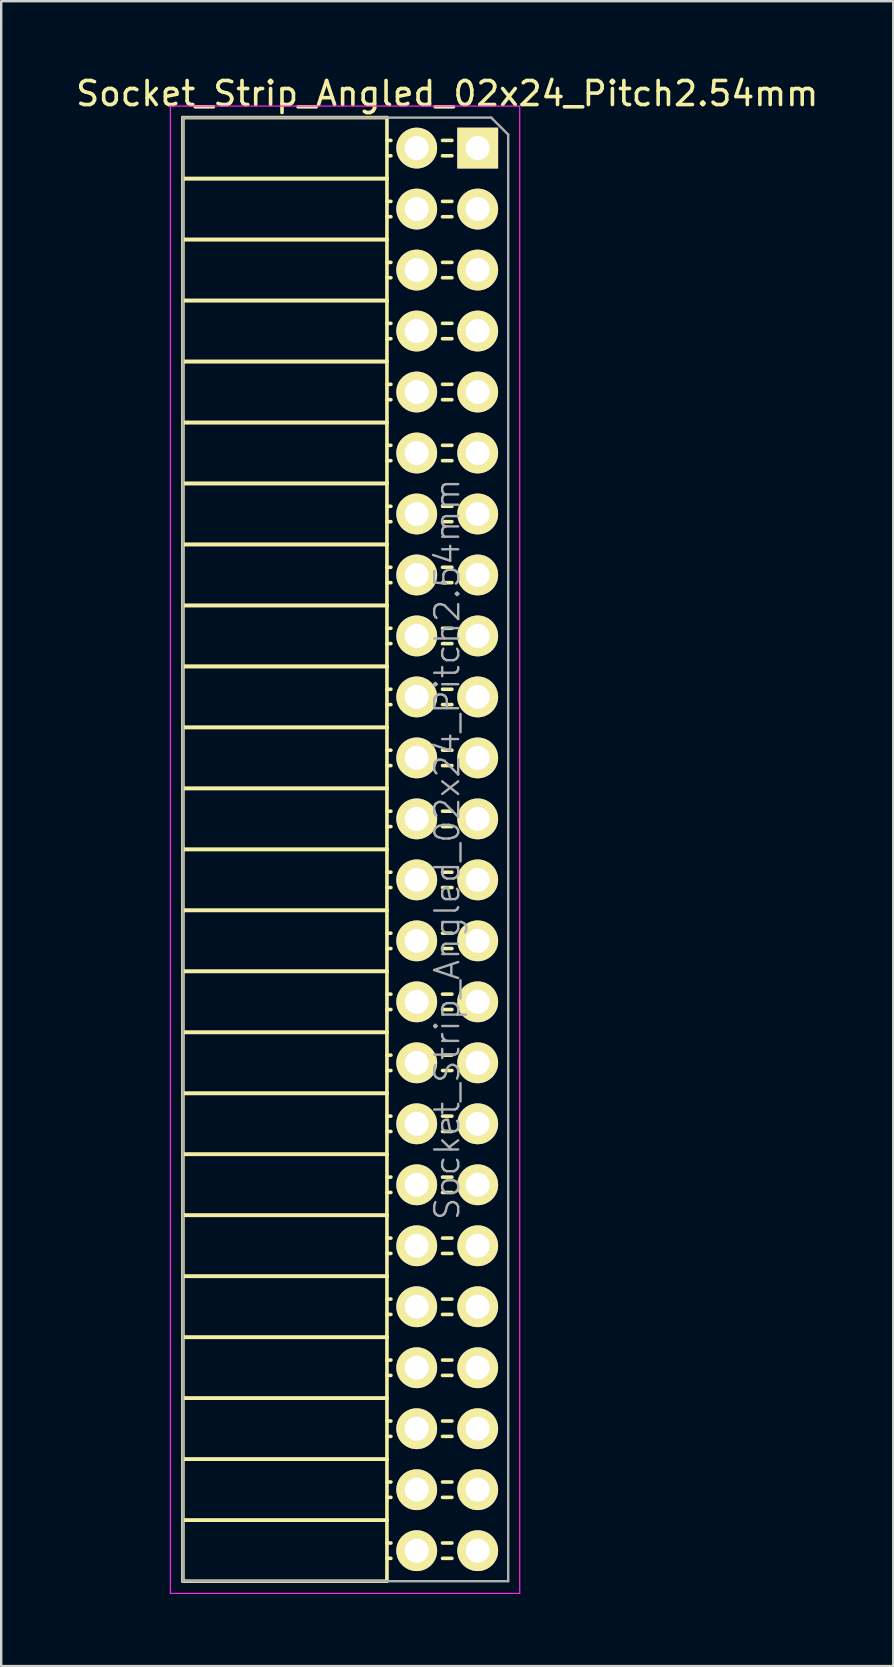
<source format=kicad_pcb>
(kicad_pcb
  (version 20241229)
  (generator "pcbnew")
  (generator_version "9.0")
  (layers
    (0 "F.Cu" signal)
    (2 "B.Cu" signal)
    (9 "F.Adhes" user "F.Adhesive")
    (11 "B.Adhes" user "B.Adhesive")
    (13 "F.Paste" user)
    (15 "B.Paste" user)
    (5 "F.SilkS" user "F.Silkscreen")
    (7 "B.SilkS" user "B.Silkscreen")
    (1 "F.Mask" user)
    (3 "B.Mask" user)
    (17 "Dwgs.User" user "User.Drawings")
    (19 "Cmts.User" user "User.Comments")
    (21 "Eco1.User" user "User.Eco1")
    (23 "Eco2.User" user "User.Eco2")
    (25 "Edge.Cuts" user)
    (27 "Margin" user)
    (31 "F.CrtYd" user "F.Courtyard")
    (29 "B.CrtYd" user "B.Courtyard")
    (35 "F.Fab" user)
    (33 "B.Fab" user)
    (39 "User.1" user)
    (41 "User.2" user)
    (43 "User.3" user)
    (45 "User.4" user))
  (footprint "Socket_Strip_Angled_02x24_Pitch2.54mm"
    (layer "F.Cu")
    (at 16.847 3.118)
    (property "Reference" "Socket_Strip_Angled_02x24_Pitch2.54mm" (at -1.27 -2.27 0) (layer "F.SilkS") (effects (font (size 1 1) (thickness 0.15))))
    (attr smd)
    (fp_line (start -12.28 -1.27) (end -12.28 1.27) (stroke (width 0.15) (type solid)) (layer "F.SilkS"))
    (fp_line (start -12.28 -1.27) (end -3.78 -1.27) (stroke (width 0.15) (type solid)) (layer "F.SilkS"))
    (fp_line (start -12.28 1.27) (end -12.28 3.81) (stroke (width 0.15) (type solid)) (layer "F.SilkS"))
    (fp_line (start -12.28 1.27) (end -3.78 1.27) (stroke (width 0.15) (type solid)) (layer "F.SilkS"))
    (fp_line (start -12.28 1.27) (end -3.78 1.27) (stroke (width 0.15) (type solid)) (layer "F.SilkS"))
    (fp_line (start -12.28 3.81) (end -12.28 6.35) (stroke (width 0.15) (type solid)) (layer "F.SilkS"))
    (fp_line (start -12.28 3.81) (end -3.78 3.81) (stroke (width 0.15) (type solid)) (layer "F.SilkS"))
    (fp_line (start -12.28 3.81) (end -3.78 3.81) (stroke (width 0.15) (type solid)) (layer "F.SilkS"))
    (fp_line (start -12.28 6.35) (end -12.28 8.89) (stroke (width 0.15) (type solid)) (layer "F.SilkS"))
    (fp_line (start -12.28 6.35) (end -3.78 6.35) (stroke (width 0.15) (type solid)) (layer "F.SilkS"))
    (fp_line (start -12.28 6.35) (end -3.78 6.35) (stroke (width 0.15) (type solid)) (layer "F.SilkS"))
    (fp_line (start -12.28 8.89) (end -12.28 11.43) (stroke (width 0.15) (type solid)) (layer "F.SilkS"))
    (fp_line (start -12.28 8.89) (end -3.78 8.89) (stroke (width 0.15) (type solid)) (layer "F.SilkS"))
    (fp_line (start -12.28 8.89) (end -3.78 8.89) (stroke (width 0.15) (type solid)) (layer "F.SilkS"))
    (fp_line (start -12.28 11.43) (end -12.28 13.97) (stroke (width 0.15) (type solid)) (layer "F.SilkS"))
    (fp_line (start -12.28 11.43) (end -3.78 11.43) (stroke (width 0.15) (type solid)) (layer "F.SilkS"))
    (fp_line (start -12.28 11.43) (end -3.78 11.43) (stroke (width 0.15) (type solid)) (layer "F.SilkS"))
    (fp_line (start -12.28 13.97) (end -12.28 16.51) (stroke (width 0.15) (type solid)) (layer "F.SilkS"))
    (fp_line (start -12.28 13.97) (end -3.78 13.97) (stroke (width 0.15) (type solid)) (layer "F.SilkS"))
    (fp_line (start -12.28 13.97) (end -3.78 13.97) (stroke (width 0.15) (type solid)) (layer "F.SilkS"))
    (fp_line (start -12.28 16.51) (end -12.28 19.05) (stroke (width 0.15) (type solid)) (layer "F.SilkS"))
    (fp_line (start -12.28 16.51) (end -3.78 16.51) (stroke (width 0.15) (type solid)) (layer "F.SilkS"))
    (fp_line (start -12.28 16.51) (end -3.78 16.51) (stroke (width 0.15) (type solid)) (layer "F.SilkS"))
    (fp_line (start -12.28 19.05) (end -12.28 21.59) (stroke (width 0.15) (type solid)) (layer "F.SilkS"))
    (fp_line (start -12.28 19.05) (end -3.78 19.05) (stroke (width 0.15) (type solid)) (layer "F.SilkS"))
    (fp_line (start -12.28 19.05) (end -3.78 19.05) (stroke (width 0.15) (type solid)) (layer "F.SilkS"))
    (fp_line (start -12.28 21.59) (end -12.28 24.13) (stroke (width 0.15) (type solid)) (layer "F.SilkS"))
    (fp_line (start -12.28 21.59) (end -3.78 21.59) (stroke (width 0.15) (type solid)) (layer "F.SilkS"))
    (fp_line (start -12.28 21.59) (end -3.78 21.59) (stroke (width 0.15) (type solid)) (layer "F.SilkS"))
    (fp_line (start -12.28 24.13) (end -12.28 26.67) (stroke (width 0.15) (type solid)) (layer "F.SilkS"))
    (fp_line (start -12.28 24.13) (end -3.78 24.13) (stroke (width 0.15) (type solid)) (layer "F.SilkS"))
    (fp_line (start -12.28 24.13) (end -3.78 24.13) (stroke (width 0.15) (type solid)) (layer "F.SilkS"))
    (fp_line (start -12.28 26.67) (end -12.28 29.21) (stroke (width 0.15) (type solid)) (layer "F.SilkS"))
    (fp_line (start -12.28 26.67) (end -3.78 26.67) (stroke (width 0.15) (type solid)) (layer "F.SilkS"))
    (fp_line (start -12.28 26.67) (end -3.78 26.67) (stroke (width 0.15) (type solid)) (layer "F.SilkS"))
    (fp_line (start -12.28 29.21) (end -12.28 31.75) (stroke (width 0.15) (type solid)) (layer "F.SilkS"))
    (fp_line (start -12.28 29.21) (end -3.78 29.21) (stroke (width 0.15) (type solid)) (layer "F.SilkS"))
    (fp_line (start -12.28 29.21) (end -3.78 29.21) (stroke (width 0.15) (type solid)) (layer "F.SilkS"))
    (fp_line (start -12.28 31.75) (end -12.28 34.29) (stroke (width 0.15) (type solid)) (layer "F.SilkS"))
    (fp_line (start -12.28 31.75) (end -3.78 31.75) (stroke (width 0.15) (type solid)) (layer "F.SilkS"))
    (fp_line (start -12.28 31.75) (end -3.78 31.75) (stroke (width 0.15) (type solid)) (layer "F.SilkS"))
    (fp_line (start -12.28 34.29) (end -12.28 36.83) (stroke (width 0.15) (type solid)) (layer "F.SilkS"))
    (fp_line (start -12.28 34.29) (end -3.78 34.29) (stroke (width 0.15) (type solid)) (layer "F.SilkS"))
    (fp_line (start -12.28 34.29) (end -3.78 34.29) (stroke (width 0.15) (type solid)) (layer "F.SilkS"))
    (fp_line (start -12.28 36.83) (end -12.28 39.37) (stroke (width 0.15) (type solid)) (layer "F.SilkS"))
    (fp_line (start -12.28 36.83) (end -3.78 36.83) (stroke (width 0.15) (type solid)) (layer "F.SilkS"))
    (fp_line (start -12.28 36.83) (end -3.78 36.83) (stroke (width 0.15) (type solid)) (layer "F.SilkS"))
    (fp_line (start -12.28 39.37) (end -12.28 41.91) (stroke (width 0.15) (type solid)) (layer "F.SilkS"))
    (fp_line (start -12.28 39.37) (end -3.78 39.37) (stroke (width 0.15) (type solid)) (layer "F.SilkS"))
    (fp_line (start -12.28 39.37) (end -3.78 39.37) (stroke (width 0.15) (type solid)) (layer "F.SilkS"))
    (fp_line (start -12.28 41.91) (end -12.28 44.45) (stroke (width 0.15) (type solid)) (layer "F.SilkS"))
    (fp_line (start -12.28 41.91) (end -3.78 41.91) (stroke (width 0.15) (type solid)) (layer "F.SilkS"))
    (fp_line (start -12.28 41.91) (end -3.78 41.91) (stroke (width 0.15) (type solid)) (layer "F.SilkS"))
    (fp_line (start -12.28 44.45) (end -12.28 46.99) (stroke (width 0.15) (type solid)) (layer "F.SilkS"))
    (fp_line (start -12.28 44.45) (end -3.78 44.45) (stroke (width 0.15) (type solid)) (layer "F.SilkS"))
    (fp_line (start -12.28 44.45) (end -3.78 44.45) (stroke (width 0.15) (type solid)) (layer "F.SilkS"))
    (fp_line (start -12.28 46.99) (end -12.28 49.53) (stroke (width 0.15) (type solid)) (layer "F.SilkS"))
    (fp_line (start -12.28 46.99) (end -3.78 46.99) (stroke (width 0.15) (type solid)) (layer "F.SilkS"))
    (fp_line (start -12.28 46.99) (end -3.78 46.99) (stroke (width 0.15) (type solid)) (layer "F.SilkS"))
    (fp_line (start -12.28 49.53) (end -12.28 52.07) (stroke (width 0.15) (type solid)) (layer "F.SilkS"))
    (fp_line (start -12.28 49.53) (end -3.78 49.53) (stroke (width 0.15) (type solid)) (layer "F.SilkS"))
    (fp_line (start -12.28 49.53) (end -3.78 49.53) (stroke (width 0.15) (type solid)) (layer "F.SilkS"))
    (fp_line (start -12.28 52.07) (end -12.28 54.61) (stroke (width 0.15) (type solid)) (layer "F.SilkS"))
    (fp_line (start -12.28 52.07) (end -3.78 52.07) (stroke (width 0.15) (type solid)) (layer "F.SilkS"))
    (fp_line (start -12.28 52.07) (end -3.78 52.07) (stroke (width 0.15) (type solid)) (layer "F.SilkS"))
    (fp_line (start -12.28 54.61) (end -12.28 57.15) (stroke (width 0.15) (type solid)) (layer "F.SilkS"))
    (fp_line (start -12.28 54.61) (end -3.78 54.61) (stroke (width 0.15) (type solid)) (layer "F.SilkS"))
    (fp_line (start -12.28 54.61) (end -3.78 54.61) (stroke (width 0.15) (type solid)) (layer "F.SilkS"))
    (fp_line (start -12.28 57.15) (end -12.28 59.69) (stroke (width 0.15) (type solid)) (layer "F.SilkS"))
    (fp_line (start -12.28 57.15) (end -3.78 57.15) (stroke (width 0.15) (type solid)) (layer "F.SilkS"))
    (fp_line (start -12.28 57.15) (end -3.78 57.15) (stroke (width 0.15) (type solid)) (layer "F.SilkS"))
    (fp_line (start -12.28 59.69) (end -3.78 59.69) (stroke (width 0.15) (type solid)) (layer "F.SilkS"))
    (fp_line (start -3.78 -1.27) (end -3.78 1.27) (stroke (width 0.15) (type solid)) (layer "F.SilkS"))
    (fp_line (start -3.78 -0.32) (end -3.615 -0.32) (stroke (width 0.15) (type solid)) (layer "F.SilkS"))
    (fp_line (start -3.78 0.32) (end -3.615 0.32) (stroke (width 0.15) (type solid)) (layer "F.SilkS"))
    (fp_line (start -3.78 1.27) (end -3.78 3.81) (stroke (width 0.15) (type solid)) (layer "F.SilkS"))
    (fp_line (start -3.78 2.22) (end -3.615 2.22) (stroke (width 0.15) (type solid)) (layer "F.SilkS"))
    (fp_line (start -3.78 2.86) (end -3.615 2.86) (stroke (width 0.15) (type solid)) (layer "F.SilkS"))
    (fp_line (start -3.78 3.81) (end -3.78 6.35) (stroke (width 0.15) (type solid)) (layer "F.SilkS"))
    (fp_line (start -3.78 4.76) (end -3.615 4.76) (stroke (width 0.15) (type solid)) (layer "F.SilkS"))
    (fp_line (start -3.78 5.4) (end -3.615 5.4) (stroke (width 0.15) (type solid)) (layer "F.SilkS"))
    (fp_line (start -3.78 6.35) (end -3.78 8.89) (stroke (width 0.15) (type solid)) (layer "F.SilkS"))
    (fp_line (start -3.78 7.3) (end -3.615 7.3) (stroke (width 0.15) (type solid)) (layer "F.SilkS"))
    (fp_line (start -3.78 7.94) (end -3.615 7.94) (stroke (width 0.15) (type solid)) (layer "F.SilkS"))
    (fp_line (start -3.78 8.89) (end -3.78 11.43) (stroke (width 0.15) (type solid)) (layer "F.SilkS"))
    (fp_line (start -3.78 9.84) (end -3.615 9.84) (stroke (width 0.15) (type solid)) (layer "F.SilkS"))
    (fp_line (start -3.78 10.48) (end -3.615 10.48) (stroke (width 0.15) (type solid)) (layer "F.SilkS"))
    (fp_line (start -3.78 11.43) (end -3.78 13.97) (stroke (width 0.15) (type solid)) (layer "F.SilkS"))
    (fp_line (start -3.78 12.38) (end -3.615 12.38) (stroke (width 0.15) (type solid)) (layer "F.SilkS"))
    (fp_line (start -3.78 13.02) (end -3.615 13.02) (stroke (width 0.15) (type solid)) (layer "F.SilkS"))
    (fp_line (start -3.78 13.97) (end -3.78 16.51) (stroke (width 0.15) (type solid)) (layer "F.SilkS"))
    (fp_line (start -3.78 14.92) (end -3.615 14.92) (stroke (width 0.15) (type solid)) (layer "F.SilkS"))
    (fp_line (start -3.78 15.56) (end -3.615 15.56) (stroke (width 0.15) (type solid)) (layer "F.SilkS"))
    (fp_line (start -3.78 16.51) (end -3.78 19.05) (stroke (width 0.15) (type solid)) (layer "F.SilkS"))
    (fp_line (start -3.78 17.46) (end -3.615 17.46) (stroke (width 0.15) (type solid)) (layer "F.SilkS"))
    (fp_line (start -3.78 18.1) (end -3.615 18.1) (stroke (width 0.15) (type solid)) (layer "F.SilkS"))
    (fp_line (start -3.78 19.05) (end -3.78 21.59) (stroke (width 0.15) (type solid)) (layer "F.SilkS"))
    (fp_line (start -3.78 20) (end -3.615 20) (stroke (width 0.15) (type solid)) (layer "F.SilkS"))
    (fp_line (start -3.78 20.64) (end -3.615 20.64) (stroke (width 0.15) (type solid)) (layer "F.SilkS"))
    (fp_line (start -3.78 21.59) (end -3.78 24.13) (stroke (width 0.15) (type solid)) (layer "F.SilkS"))
    (fp_line (start -3.78 22.54) (end -3.615 22.54) (stroke (width 0.15) (type solid)) (layer "F.SilkS"))
    (fp_line (start -3.78 23.18) (end -3.615 23.18) (stroke (width 0.15) (type solid)) (layer "F.SilkS"))
    (fp_line (start -3.78 24.13) (end -3.78 26.67) (stroke (width 0.15) (type solid)) (layer "F.SilkS"))
    (fp_line (start -3.78 25.08) (end -3.615 25.08) (stroke (width 0.15) (type solid)) (layer "F.SilkS"))
    (fp_line (start -3.78 25.72) (end -3.615 25.72) (stroke (width 0.15) (type solid)) (layer "F.SilkS"))
    (fp_line (start -3.78 26.67) (end -3.78 29.21) (stroke (width 0.15) (type solid)) (layer "F.SilkS"))
    (fp_line (start -3.78 27.62) (end -3.615 27.62) (stroke (width 0.15) (type solid)) (layer "F.SilkS"))
    (fp_line (start -3.78 28.26) (end -3.615 28.26) (stroke (width 0.15) (type solid)) (layer "F.SilkS"))
    (fp_line (start -3.78 29.21) (end -3.78 31.75) (stroke (width 0.15) (type solid)) (layer "F.SilkS"))
    (fp_line (start -3.78 30.16) (end -3.615 30.16) (stroke (width 0.15) (type solid)) (layer "F.SilkS"))
    (fp_line (start -3.78 30.8) (end -3.615 30.8) (stroke (width 0.15) (type solid)) (layer "F.SilkS"))
    (fp_line (start -3.78 31.75) (end -3.78 34.29) (stroke (width 0.15) (type solid)) (layer "F.SilkS"))
    (fp_line (start -3.78 32.7) (end -3.615 32.7) (stroke (width 0.15) (type solid)) (layer "F.SilkS"))
    (fp_line (start -3.78 33.34) (end -3.615 33.34) (stroke (width 0.15) (type solid)) (layer "F.SilkS"))
    (fp_line (start -3.78 34.29) (end -3.78 36.83) (stroke (width 0.15) (type solid)) (layer "F.SilkS"))
    (fp_line (start -3.78 35.24) (end -3.615 35.24) (stroke (width 0.15) (type solid)) (layer "F.SilkS"))
    (fp_line (start -3.78 35.88) (end -3.615 35.88) (stroke (width 0.15) (type solid)) (layer "F.SilkS"))
    (fp_line (start -3.78 36.83) (end -3.78 39.37) (stroke (width 0.15) (type solid)) (layer "F.SilkS"))
    (fp_line (start -3.78 37.78) (end -3.615 37.78) (stroke (width 0.15) (type solid)) (layer "F.SilkS"))
    (fp_line (start -3.78 38.42) (end -3.615 38.42) (stroke (width 0.15) (type solid)) (layer "F.SilkS"))
    (fp_line (start -3.78 39.37) (end -3.78 41.91) (stroke (width 0.15) (type solid)) (layer "F.SilkS"))
    (fp_line (start -3.78 40.32) (end -3.615 40.32) (stroke (width 0.15) (type solid)) (layer "F.SilkS"))
    (fp_line (start -3.78 40.96) (end -3.615 40.96) (stroke (width 0.15) (type solid)) (layer "F.SilkS"))
    (fp_line (start -3.78 41.91) (end -3.78 44.45) (stroke (width 0.15) (type solid)) (layer "F.SilkS"))
    (fp_line (start -3.78 42.86) (end -3.615 42.86) (stroke (width 0.15) (type solid)) (layer "F.SilkS"))
    (fp_line (start -3.78 43.5) (end -3.615 43.5) (stroke (width 0.15) (type solid)) (layer "F.SilkS"))
    (fp_line (start -3.78 44.45) (end -3.78 46.99) (stroke (width 0.15) (type solid)) (layer "F.SilkS"))
    (fp_line (start -3.78 45.4) (end -3.615 45.4) (stroke (width 0.15) (type solid)) (layer "F.SilkS"))
    (fp_line (start -3.78 46.04) (end -3.615 46.04) (stroke (width 0.15) (type solid)) (layer "F.SilkS"))
    (fp_line (start -3.78 46.99) (end -3.78 49.53) (stroke (width 0.15) (type solid)) (layer "F.SilkS"))
    (fp_line (start -3.78 47.94) (end -3.615 47.94) (stroke (width 0.15) (type solid)) (layer "F.SilkS"))
    (fp_line (start -3.78 48.58) (end -3.615 48.58) (stroke (width 0.15) (type solid)) (layer "F.SilkS"))
    (fp_line (start -3.78 49.53) (end -3.78 52.07) (stroke (width 0.15) (type solid)) (layer "F.SilkS"))
    (fp_line (start -3.78 50.48) (end -3.615 50.48) (stroke (width 0.15) (type solid)) (layer "F.SilkS"))
    (fp_line (start -3.78 51.12) (end -3.615 51.12) (stroke (width 0.15) (type solid)) (layer "F.SilkS"))
    (fp_line (start -3.78 52.07) (end -3.78 54.61) (stroke (width 0.15) (type solid)) (layer "F.SilkS"))
    (fp_line (start -3.78 53.02) (end -3.615 53.02) (stroke (width 0.15) (type solid)) (layer "F.SilkS"))
    (fp_line (start -3.78 53.66) (end -3.615 53.66) (stroke (width 0.15) (type solid)) (layer "F.SilkS"))
    (fp_line (start -3.78 54.61) (end -3.78 57.15) (stroke (width 0.15) (type solid)) (layer "F.SilkS"))
    (fp_line (start -3.78 55.56) (end -3.615 55.56) (stroke (width 0.15) (type solid)) (layer "F.SilkS"))
    (fp_line (start -3.78 56.2) (end -3.615 56.2) (stroke (width 0.15) (type solid)) (layer "F.SilkS"))
    (fp_line (start -3.78 57.15) (end -3.78 59.69) (stroke (width 0.15) (type solid)) (layer "F.SilkS"))
    (fp_line (start -3.78 58.1) (end -3.615 58.1) (stroke (width 0.15) (type solid)) (layer "F.SilkS"))
    (fp_line (start -3.78 58.74) (end -3.615 58.74) (stroke (width 0.15) (type solid)) (layer "F.SilkS"))
    (fp_line (start -1.075 -0.32) (end -1.465 -0.32) (stroke (width 0.15) (type solid)) (layer "F.SilkS"))
    (fp_line (start -1.075 0.32) (end -1.465 0.32) (stroke (width 0.15) (type solid)) (layer "F.SilkS"))
    (fp_line (start -1.075 2.22) (end -1.465 2.22) (stroke (width 0.15) (type solid)) (layer "F.SilkS"))
    (fp_line (start -1.075 2.86) (end -1.465 2.86) (stroke (width 0.15) (type solid)) (layer "F.SilkS"))
    (fp_line (start -1.075 4.76) (end -1.465 4.76) (stroke (width 0.15) (type solid)) (layer "F.SilkS"))
    (fp_line (start -1.075 5.4) (end -1.465 5.4) (stroke (width 0.15) (type solid)) (layer "F.SilkS"))
    (fp_line (start -1.075 7.3) (end -1.465 7.3) (stroke (width 0.15) (type solid)) (layer "F.SilkS"))
    (fp_line (start -1.075 7.94) (end -1.465 7.94) (stroke (width 0.15) (type solid)) (layer "F.SilkS"))
    (fp_line (start -1.075 9.84) (end -1.465 9.84) (stroke (width 0.15) (type solid)) (layer "F.SilkS"))
    (fp_line (start -1.075 10.48) (end -1.465 10.48) (stroke (width 0.15) (type solid)) (layer "F.SilkS"))
    (fp_line (start -1.075 12.38) (end -1.465 12.38) (stroke (width 0.15) (type solid)) (layer "F.SilkS"))
    (fp_line (start -1.075 13.02) (end -1.465 13.02) (stroke (width 0.15) (type solid)) (layer "F.SilkS"))
    (fp_line (start -1.075 14.92) (end -1.465 14.92) (stroke (width 0.15) (type solid)) (layer "F.SilkS"))
    (fp_line (start -1.075 15.56) (end -1.465 15.56) (stroke (width 0.15) (type solid)) (layer "F.SilkS"))
    (fp_line (start -1.075 17.46) (end -1.465 17.46) (stroke (width 0.15) (type solid)) (layer "F.SilkS"))
    (fp_line (start -1.075 18.1) (end -1.465 18.1) (stroke (width 0.15) (type solid)) (layer "F.SilkS"))
    (fp_line (start -1.075 20) (end -1.465 20) (stroke (width 0.15) (type solid)) (layer "F.SilkS"))
    (fp_line (start -1.075 20.64) (end -1.465 20.64) (stroke (width 0.15) (type solid)) (layer "F.SilkS"))
    (fp_line (start -1.075 22.54) (end -1.465 22.54) (stroke (width 0.15) (type solid)) (layer "F.SilkS"))
    (fp_line (start -1.075 23.18) (end -1.465 23.18) (stroke (width 0.15) (type solid)) (layer "F.SilkS"))
    (fp_line (start -1.075 25.08) (end -1.465 25.08) (stroke (width 0.15) (type solid)) (layer "F.SilkS"))
    (fp_line (start -1.075 25.72) (end -1.465 25.72) (stroke (width 0.15) (type solid)) (layer "F.SilkS"))
    (fp_line (start -1.075 27.62) (end -1.465 27.62) (stroke (width 0.15) (type solid)) (layer "F.SilkS"))
    (fp_line (start -1.075 28.26) (end -1.465 28.26) (stroke (width 0.15) (type solid)) (layer "F.SilkS"))
    (fp_line (start -1.075 30.16) (end -1.465 30.16) (stroke (width 0.15) (type solid)) (layer "F.SilkS"))
    (fp_line (start -1.075 30.8) (end -1.465 30.8) (stroke (width 0.15) (type solid)) (layer "F.SilkS"))
    (fp_line (start -1.075 32.7) (end -1.465 32.7) (stroke (width 0.15) (type solid)) (layer "F.SilkS"))
    (fp_line (start -1.075 33.34) (end -1.465 33.34) (stroke (width 0.15) (type solid)) (layer "F.SilkS"))
    (fp_line (start -1.075 35.24) (end -1.465 35.24) (stroke (width 0.15) (type solid)) (layer "F.SilkS"))
    (fp_line (start -1.075 35.88) (end -1.465 35.88) (stroke (width 0.15) (type solid)) (layer "F.SilkS"))
    (fp_line (start -1.075 37.78) (end -1.465 37.78) (stroke (width 0.15) (type solid)) (layer "F.SilkS"))
    (fp_line (start -1.075 38.42) (end -1.465 38.42) (stroke (width 0.15) (type solid)) (layer "F.SilkS"))
    (fp_line (start -1.075 40.32) (end -1.465 40.32) (stroke (width 0.15) (type solid)) (layer "F.SilkS"))
    (fp_line (start -1.075 40.96) (end -1.465 40.96) (stroke (width 0.15) (type solid)) (layer "F.SilkS"))
    (fp_line (start -1.075 42.86) (end -1.465 42.86) (stroke (width 0.15) (type solid)) (layer "F.SilkS"))
    (fp_line (start -1.075 43.5) (end -1.465 43.5) (stroke (width 0.15) (type solid)) (layer "F.SilkS"))
    (fp_line (start -1.075 45.4) (end -1.465 45.4) (stroke (width 0.15) (type solid)) (layer "F.SilkS"))
    (fp_line (start -1.075 46.04) (end -1.465 46.04) (stroke (width 0.15) (type solid)) (layer "F.SilkS"))
    (fp_line (start -1.075 47.94) (end -1.465 47.94) (stroke (width 0.15) (type solid)) (layer "F.SilkS"))
    (fp_line (start -1.075 48.58) (end -1.465 48.58) (stroke (width 0.15) (type solid)) (layer "F.SilkS"))
    (fp_line (start -1.075 50.48) (end -1.465 50.48) (stroke (width 0.15) (type solid)) (layer "F.SilkS"))
    (fp_line (start -1.075 51.12) (end -1.465 51.12) (stroke (width 0.15) (type solid)) (layer "F.SilkS"))
    (fp_line (start -1.075 53.02) (end -1.465 53.02) (stroke (width 0.15) (type solid)) (layer "F.SilkS"))
    (fp_line (start -1.075 53.66) (end -1.465 53.66) (stroke (width 0.15) (type solid)) (layer "F.SilkS"))
    (fp_line (start -1.075 55.56) (end -1.465 55.56) (stroke (width 0.15) (type solid)) (layer "F.SilkS"))
    (fp_line (start -1.075 56.2) (end -1.465 56.2) (stroke (width 0.15) (type solid)) (layer "F.SilkS"))
    (fp_line (start -1.075 58.1) (end -1.465 58.1) (stroke (width 0.15) (type solid)) (layer "F.SilkS"))
    (fp_line (start -1.075 58.74) (end -1.465 58.74) (stroke (width 0.15) (type solid)) (layer "F.SilkS"))
    (fp_line (start -12.8 -1.75) (end 1.75 -1.75) (stroke (width 0.05) (type solid)) (layer "F.CrtYd"))
    (fp_line (start -12.8 60.2) (end -12.8 -1.75) (stroke (width 0.05) (type solid)) (layer "F.CrtYd"))
    (fp_line (start -12.8 60.2) (end 1.75 60.2) (stroke (width 0.05) (type solid)) (layer "F.CrtYd"))
    (fp_line (start 1.75 60.2) (end 1.75 -1.75) (stroke (width 0.05) (type solid)) (layer "F.CrtYd"))
    (fp_line (start -12.28 -1.27) (end 0.563 -1.27) (stroke (width 0.1) (type solid)) (layer "F.Fab"))
    (fp_line (start -12.28 59.69) (end -12.28 -1.27) (stroke (width 0.1) (type solid)) (layer "F.Fab"))
    (fp_line (start -12.28 59.69) (end 1.27 59.69) (stroke (width 0.1) (type solid)) (layer "F.Fab"))
    (fp_line (start 1.27 -0.563) (end 0.563 -1.27) (stroke (width 0.1) (type solid)) (layer "F.Fab"))
    (fp_line (start 1.27 59.69) (end 1.27 -0.563) (stroke (width 0.1) (type solid)) (layer "F.Fab"))
    (fp_text user "${REFERENCE}" (at -1.27 29.21 90) (layer "F.Fab") (effects (font (size 1 1) (thickness 0.1))))
    (pad "1" thru_hole rect (at 0 0) (size 1.7 1.7) (drill 1) (layers "*.Cu" "*.Mask" "F.SilkS"))
    (pad "2" thru_hole oval (at -2.54 0) (size 1.7 1.7) (drill 1) (layers "*.Cu" "*.Mask" "F.SilkS"))
    (pad "3" thru_hole oval (at 0 2.54) (size 1.7 1.7) (drill 1) (layers "*.Cu" "*.Mask" "F.SilkS"))
    (pad "4" thru_hole oval (at -2.54 2.54) (size 1.7 1.7) (drill 1) (layers "*.Cu" "*.Mask" "F.SilkS"))
    (pad "5" thru_hole oval (at 0 5.08) (size 1.7 1.7) (drill 1) (layers "*.Cu" "*.Mask" "F.SilkS"))
    (pad "6" thru_hole oval (at -2.54 5.08) (size 1.7 1.7) (drill 1) (layers "*.Cu" "*.Mask" "F.SilkS"))
    (pad "7" thru_hole oval (at 0 7.62) (size 1.7 1.7) (drill 1) (layers "*.Cu" "*.Mask" "F.SilkS"))
    (pad "8" thru_hole oval (at -2.54 7.62) (size 1.7 1.7) (drill 1) (layers "*.Cu" "*.Mask" "F.SilkS"))
    (pad "9" thru_hole oval (at 0 10.16) (size 1.7 1.7) (drill 1) (layers "*.Cu" "*.Mask" "F.SilkS"))
    (pad "10" thru_hole oval (at -2.54 10.16) (size 1.7 1.7) (drill 1) (layers "*.Cu" "*.Mask" "F.SilkS"))
    (pad "11" thru_hole oval (at 0 12.7) (size 1.7 1.7) (drill 1) (layers "*.Cu" "*.Mask" "F.SilkS"))
    (pad "12" thru_hole oval (at -2.54 12.7) (size 1.7 1.7) (drill 1) (layers "*.Cu" "*.Mask" "F.SilkS"))
    (pad "13" thru_hole oval (at 0 15.24) (size 1.7 1.7) (drill 1) (layers "*.Cu" "*.Mask" "F.SilkS"))
    (pad "14" thru_hole oval (at -2.54 15.24) (size 1.7 1.7) (drill 1) (layers "*.Cu" "*.Mask" "F.SilkS"))
    (pad "15" thru_hole oval (at 0 17.78) (size 1.7 1.7) (drill 1) (layers "*.Cu" "*.Mask" "F.SilkS"))
    (pad "16" thru_hole oval (at -2.54 17.78) (size 1.7 1.7) (drill 1) (layers "*.Cu" "*.Mask" "F.SilkS"))
    (pad "17" thru_hole oval (at 0 20.32) (size 1.7 1.7) (drill 1) (layers "*.Cu" "*.Mask" "F.SilkS"))
    (pad "18" thru_hole oval (at -2.54 20.32) (size 1.7 1.7) (drill 1) (layers "*.Cu" "*.Mask" "F.SilkS"))
    (pad "19" thru_hole oval (at 0 22.86) (size 1.7 1.7) (drill 1) (layers "*.Cu" "*.Mask" "F.SilkS"))
    (pad "20" thru_hole oval (at -2.54 22.86) (size 1.7 1.7) (drill 1) (layers "*.Cu" "*.Mask" "F.SilkS"))
    (pad "21" thru_hole oval (at 0 25.4) (size 1.7 1.7) (drill 1) (layers "*.Cu" "*.Mask" "F.SilkS"))
    (pad "22" thru_hole oval (at -2.54 25.4) (size 1.7 1.7) (drill 1) (layers "*.Cu" "*.Mask" "F.SilkS"))
    (pad "23" thru_hole oval (at 0 27.94) (size 1.7 1.7) (drill 1) (layers "*.Cu" "*.Mask" "F.SilkS"))
    (pad "24" thru_hole oval (at -2.54 27.94) (size 1.7 1.7) (drill 1) (layers "*.Cu" "*.Mask" "F.SilkS"))
    (pad "25" thru_hole oval (at 0 30.48) (size 1.7 1.7) (drill 1) (layers "*.Cu" "*.Mask" "F.SilkS"))
    (pad "26" thru_hole oval (at -2.54 30.48) (size 1.7 1.7) (drill 1) (layers "*.Cu" "*.Mask" "F.SilkS"))
    (pad "27" thru_hole oval (at 0 33.02) (size 1.7 1.7) (drill 1) (layers "*.Cu" "*.Mask" "F.SilkS"))
    (pad "28" thru_hole oval (at -2.54 33.02) (size 1.7 1.7) (drill 1) (layers "*.Cu" "*.Mask" "F.SilkS"))
    (pad "29" thru_hole oval (at 0 35.56) (size 1.7 1.7) (drill 1) (layers "*.Cu" "*.Mask" "F.SilkS"))
    (pad "30" thru_hole oval (at -2.54 35.56) (size 1.7 1.7) (drill 1) (layers "*.Cu" "*.Mask" "F.SilkS"))
    (pad "31" thru_hole oval (at 0 38.1) (size 1.7 1.7) (drill 1) (layers "*.Cu" "*.Mask" "F.SilkS"))
    (pad "32" thru_hole oval (at -2.54 38.1) (size 1.7 1.7) (drill 1) (layers "*.Cu" "*.Mask" "F.SilkS"))
    (pad "33" thru_hole oval (at 0 40.64) (size 1.7 1.7) (drill 1) (layers "*.Cu" "*.Mask" "F.SilkS"))
    (pad "34" thru_hole oval (at -2.54 40.64) (size 1.7 1.7) (drill 1) (layers "*.Cu" "*.Mask" "F.SilkS"))
    (pad "35" thru_hole oval (at 0 43.18) (size 1.7 1.7) (drill 1) (layers "*.Cu" "*.Mask" "F.SilkS"))
    (pad "36" thru_hole oval (at -2.54 43.18) (size 1.7 1.7) (drill 1) (layers "*.Cu" "*.Mask" "F.SilkS"))
    (pad "37" thru_hole oval (at 0 45.72) (size 1.7 1.7) (drill 1) (layers "*.Cu" "*.Mask" "F.SilkS"))
    (pad "38" thru_hole oval (at -2.54 45.72) (size 1.7 1.7) (drill 1) (layers "*.Cu" "*.Mask" "F.SilkS"))
    (pad "39" thru_hole oval (at 0 48.26) (size 1.7 1.7) (drill 1) (layers "*.Cu" "*.Mask" "F.SilkS"))
    (pad "40" thru_hole oval (at -2.54 48.26) (size 1.7 1.7) (drill 1) (layers "*.Cu" "*.Mask" "F.SilkS"))
    (pad "41" thru_hole oval (at 0 50.8) (size 1.7 1.7) (drill 1) (layers "*.Cu" "*.Mask" "F.SilkS"))
    (pad "42" thru_hole oval (at -2.54 50.8) (size 1.7 1.7) (drill 1) (layers "*.Cu" "*.Mask" "F.SilkS"))
    (pad "43" thru_hole oval (at 0 53.34) (size 1.7 1.7) (drill 1) (layers "*.Cu" "*.Mask" "F.SilkS"))
    (pad "44" thru_hole oval (at -2.54 53.34) (size 1.7 1.7) (drill 1) (layers "*.Cu" "*.Mask" "F.SilkS"))
    (pad "45" thru_hole oval (at 0 55.88) (size 1.7 1.7) (drill 1) (layers "*.Cu" "*.Mask" "F.SilkS"))
    (pad "46" thru_hole oval (at -2.54 55.88) (size 1.7 1.7) (drill 1) (layers "*.Cu" "*.Mask" "F.SilkS"))
    (pad "47" thru_hole oval (at 0 58.42) (size 1.7 1.7) (drill 1) (layers "*.Cu" "*.Mask" "F.SilkS"))
    (pad "48" thru_hole oval (at -2.54 58.42) (size 1.7 1.7) (drill 1) (layers "*.Cu" "*.Mask" "F.SilkS")))
  (gr_rect
    (start -3 -3)
    (end 34.155 66.343)
    (stroke (width 0.1) (type default))
    (fill no)
    (layer "Edge.Cuts")))
</source>
